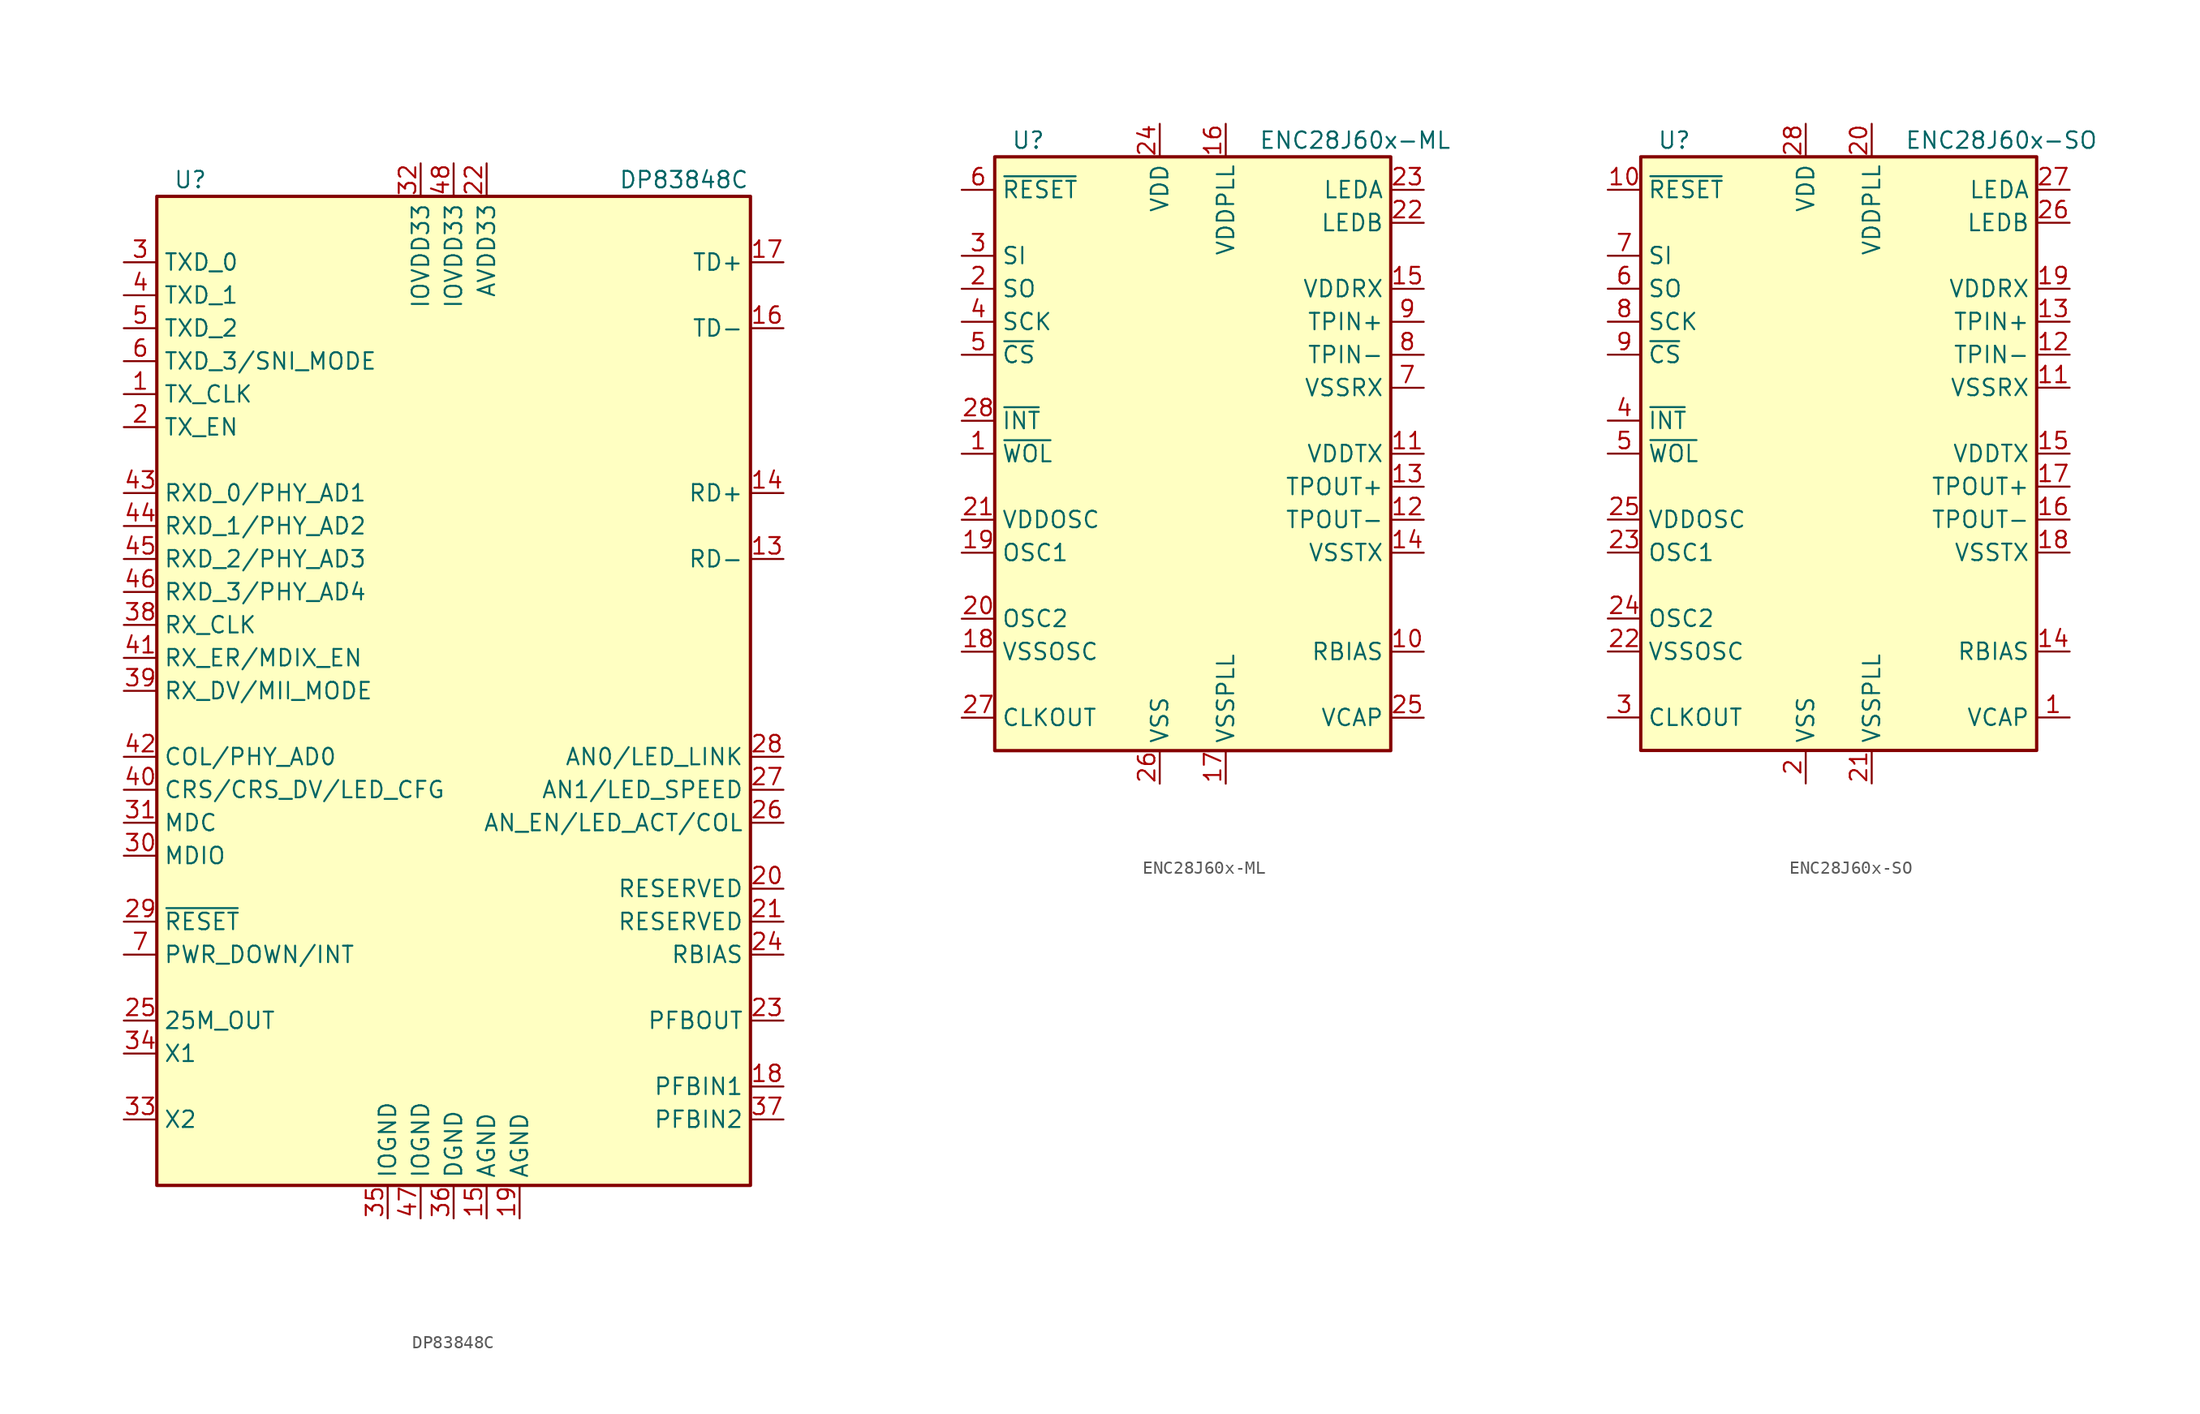
<source format=kicad_sym>
(kicad_symbol_lib
  (version 20201005)
  (generator kicad_symbol_editor)
  (symbol "DP83848C"
    (property "Reference" "U"
      (at -21.59 39.37 0)
      (effects (font (size 1.27 1.27)) (justify left)))
    (property "Value" "DP83848C"
      (at 12.7 39.37 0)
      (effects (font (size 1.27 1.27)) (justify left)))
    (symbol "DP83848C_0_1"
      (rectangle (start -22.86 38.1) (end 22.86 -38.1) (stroke (width 0.254)) (fill (type background))))
    (symbol "DP83848C_1_1"
      (pin output line (at -25.4 22.86 0) (length 2.54) (name "TX_CLK" (effects (font (size 1.27 1.27)))) (number "1" (effects (font (size 1.27 1.27)))))
      (pin passive line (at 25.4 10.16 180) (length 2.54) (name "RD-" (effects (font (size 1.27 1.27)))) (number "13" (effects (font (size 1.27 1.27)))))
      (pin passive line (at 25.4 15.24 180) (length 2.54) (name "RD+" (effects (font (size 1.27 1.27)))) (number "14" (effects (font (size 1.27 1.27)))))
      (pin power_in line (at 2.54 -40.64 90) (length 2.54) (name "AGND" (effects (font (size 1.27 1.27)))) (number "15" (effects (font (size 1.27 1.27)))))
      (pin passive line (at 25.4 27.94 180) (length 2.54) (name "TD-" (effects (font (size 1.27 1.27)))) (number "16" (effects (font (size 1.27 1.27)))))
      (pin passive line (at 25.4 33.02 180) (length 2.54) (name "TD+" (effects (font (size 1.27 1.27)))) (number "17" (effects (font (size 1.27 1.27)))))
      (pin passive line (at 25.4 -30.48 180) (length 2.54) (name "PFBIN1" (effects (font (size 1.27 1.27)))) (number "18" (effects (font (size 1.27 1.27)))))
      (pin power_in line (at 5.08 -40.64 90) (length 2.54) (name "AGND" (effects (font (size 1.27 1.27)))) (number "19" (effects (font (size 1.27 1.27)))))
      (pin input line (at -25.4 20.32 0) (length 2.54) (name "TX_EN" (effects (font (size 1.27 1.27)))) (number "2" (effects (font (size 1.27 1.27)))))
      (pin passive line (at 25.4 -15.24 180) (length 2.54) (name "RESERVED" (effects (font (size 1.27 1.27)))) (number "20" (effects (font (size 1.27 1.27)))))
      (pin passive line (at 25.4 -17.78 180) (length 2.54) (name "RESERVED" (effects (font (size 1.27 1.27)))) (number "21" (effects (font (size 1.27 1.27)))))
      (pin power_in line (at 2.54 40.64 270) (length 2.54) (name "AVDD33" (effects (font (size 1.27 1.27)))) (number "22" (effects (font (size 1.27 1.27)))))
      (pin passive line (at 25.4 -25.4 180) (length 2.54) (name "PFBOUT" (effects (font (size 1.27 1.27)))) (number "23" (effects (font (size 1.27 1.27)))))
      (pin passive line (at 25.4 -20.32 180) (length 2.54) (name "RBIAS" (effects (font (size 1.27 1.27)))) (number "24" (effects (font (size 1.27 1.27)))))
      (pin output line (at -25.4 -25.4 0) (length 2.54) (name "25M_OUT" (effects (font (size 1.27 1.27)))) (number "25" (effects (font (size 1.27 1.27)))))
      (pin output line (at 25.4 -10.16 180) (length 2.54) (name "AN_EN/LED_ACT/COL" (effects (font (size 1.27 1.27)))) (number "26" (effects (font (size 1.27 1.27)))))
      (pin output line (at 25.4 -7.62 180) (length 2.54) (name "AN1/LED_SPEED" (effects (font (size 1.27 1.27)))) (number "27" (effects (font (size 1.27 1.27)))))
      (pin output line (at 25.4 -5.08 180) (length 2.54) (name "AN0/LED_LINK" (effects (font (size 1.27 1.27)))) (number "28" (effects (font (size 1.27 1.27)))))
      (pin input line (at -25.4 -17.78 0) (length 2.54) (name "~RESET~" (effects (font (size 1.27 1.27)))) (number "29" (effects (font (size 1.27 1.27)))))
      (pin input line (at -25.4 33.02 0) (length 2.54) (name "TXD_0" (effects (font (size 1.27 1.27)))) (number "3" (effects (font (size 1.27 1.27)))))
      (pin bidirectional line (at -25.4 -12.7 0) (length 2.54) (name "MDIO" (effects (font (size 1.27 1.27)))) (number "30" (effects (font (size 1.27 1.27)))))
      (pin input line (at -25.4 -10.16 0) (length 2.54) (name "MDC" (effects (font (size 1.27 1.27)))) (number "31" (effects (font (size 1.27 1.27)))))
      (pin power_in line (at -2.54 40.64 270) (length 2.54) (name "IOVDD33" (effects (font (size 1.27 1.27)))) (number "32" (effects (font (size 1.27 1.27)))))
      (pin output line (at -25.4 -33.02 0) (length 2.54) (name "X2" (effects (font (size 1.27 1.27)))) (number "33" (effects (font (size 1.27 1.27)))))
      (pin input line (at -25.4 -27.94 0) (length 2.54) (name "X1" (effects (font (size 1.27 1.27)))) (number "34" (effects (font (size 1.27 1.27)))))
      (pin power_in line (at -5.08 -40.64 90) (length 2.54) (name "IOGND" (effects (font (size 1.27 1.27)))) (number "35" (effects (font (size 1.27 1.27)))))
      (pin power_in line (at 0 -40.64 90) (length 2.54) (name "DGND" (effects (font (size 1.27 1.27)))) (number "36" (effects (font (size 1.27 1.27)))))
      (pin passive line (at 25.4 -33.02 180) (length 2.54) (name "PFBIN2" (effects (font (size 1.27 1.27)))) (number "37" (effects (font (size 1.27 1.27)))))
      (pin output line (at -25.4 5.08 0) (length 2.54) (name "RX_CLK" (effects (font (size 1.27 1.27)))) (number "38" (effects (font (size 1.27 1.27)))))
      (pin output line (at -25.4 0 0) (length 2.54) (name "RX_DV/MII_MODE" (effects (font (size 1.27 1.27)))) (number "39" (effects (font (size 1.27 1.27)))))
      (pin input line (at -25.4 30.48 0) (length 2.54) (name "TXD_1" (effects (font (size 1.27 1.27)))) (number "4" (effects (font (size 1.27 1.27)))))
      (pin output line (at -25.4 -7.62 0) (length 2.54) (name "CRS/CRS_DV/LED_CFG" (effects (font (size 1.27 1.27)))) (number "40" (effects (font (size 1.27 1.27)))))
      (pin output line (at -25.4 2.54 0) (length 2.54) (name "RX_ER/MDIX_EN" (effects (font (size 1.27 1.27)))) (number "41" (effects (font (size 1.27 1.27)))))
      (pin output line (at -25.4 -5.08 0) (length 2.54) (name "COL/PHY_AD0" (effects (font (size 1.27 1.27)))) (number "42" (effects (font (size 1.27 1.27)))))
      (pin output line (at -25.4 15.24 0) (length 2.54) (name "RXD_0/PHY_AD1" (effects (font (size 1.27 1.27)))) (number "43" (effects (font (size 1.27 1.27)))))
      (pin output line (at -25.4 12.7 0) (length 2.54) (name "RXD_1/PHY_AD2" (effects (font (size 1.27 1.27)))) (number "44" (effects (font (size 1.27 1.27)))))
      (pin output line (at -25.4 10.16 0) (length 2.54) (name "RXD_2/PHY_AD3" (effects (font (size 1.27 1.27)))) (number "45" (effects (font (size 1.27 1.27)))))
      (pin output line (at -25.4 7.62 0) (length 2.54) (name "RXD_3/PHY_AD4" (effects (font (size 1.27 1.27)))) (number "46" (effects (font (size 1.27 1.27)))))
      (pin power_in line (at -2.54 -40.64 90) (length 2.54) (name "IOGND" (effects (font (size 1.27 1.27)))) (number "47" (effects (font (size 1.27 1.27)))))
      (pin power_in line (at 0 40.64 270) (length 2.54) (name "IOVDD33" (effects (font (size 1.27 1.27)))) (number "48" (effects (font (size 1.27 1.27)))))
      (pin input line (at -25.4 27.94 0) (length 2.54) (name "TXD_2" (effects (font (size 1.27 1.27)))) (number "5" (effects (font (size 1.27 1.27)))))
      (pin input line (at -25.4 25.4 0) (length 2.54) (name "TXD_3/SNI_MODE" (effects (font (size 1.27 1.27)))) (number "6" (effects (font (size 1.27 1.27)))))
      (pin input line (at -25.4 -20.32 0) (length 2.54) (name "PWR_DOWN/INT" (effects (font (size 1.27 1.27)))) (number "7" (effects (font (size 1.27 1.27)))))))
  (symbol "ENC28J60x-ML"
    (property "Reference" "U"
      (at -13.97 24.13 0)
      (effects (font (size 1.27 1.27)) (justify left)))
    (property "Value" "ENC28J60x-ML"
      (at 5.08 24.13 0)
      (effects (font (size 1.27 1.27)) (justify left)))
    (symbol "ENC28J60x-ML_0_1"
      (rectangle (start -15.24 22.86) (end 15.24 -22.86) (stroke (width 0.254)) (fill (type background))))
    (symbol "ENC28J60x-ML_1_1"
      (pin output line (at -17.78 0 0) (length 2.54) (name "~WOL" (effects (font (size 1.27 1.27)))) (number "1" (effects (font (size 1.27 1.27)))))
      (pin input line (at 17.78 -15.24 180) (length 2.54) (name "RBIAS" (effects (font (size 1.27 1.27)))) (number "10" (effects (font (size 1.27 1.27)))))
      (pin power_in line (at 17.78 0 180) (length 2.54) (name "VDDTX" (effects (font (size 1.27 1.27)))) (number "11" (effects (font (size 1.27 1.27)))))
      (pin output line (at 17.78 -5.08 180) (length 2.54) (name "TPOUT-" (effects (font (size 1.27 1.27)))) (number "12" (effects (font (size 1.27 1.27)))))
      (pin output line (at 17.78 -2.54 180) (length 2.54) (name "TPOUT+" (effects (font (size 1.27 1.27)))) (number "13" (effects (font (size 1.27 1.27)))))
      (pin power_out line (at 17.78 -7.62 180) (length 2.54) (name "VSSTX" (effects (font (size 1.27 1.27)))) (number "14" (effects (font (size 1.27 1.27)))))
      (pin power_in line (at 17.78 12.7 180) (length 2.54) (name "VDDRX" (effects (font (size 1.27 1.27)))) (number "15" (effects (font (size 1.27 1.27)))))
      (pin power_in line (at 2.54 25.4 270) (length 2.54) (name "VDDPLL" (effects (font (size 1.27 1.27)))) (number "16" (effects (font (size 1.27 1.27)))))
      (pin power_in line (at 2.54 -25.4 90) (length 2.54) (name "VSSPLL" (effects (font (size 1.27 1.27)))) (number "17" (effects (font (size 1.27 1.27)))))
      (pin power_in line (at -17.78 -15.24 0) (length 2.54) (name "VSSOSC" (effects (font (size 1.27 1.27)))) (number "18" (effects (font (size 1.27 1.27)))))
      (pin input line (at -17.78 -7.62 0) (length 2.54) (name "OSC1" (effects (font (size 1.27 1.27)))) (number "19" (effects (font (size 1.27 1.27)))))
      (pin output line (at -17.78 12.7 0) (length 2.54) (name "SO" (effects (font (size 1.27 1.27)))) (number "2" (effects (font (size 1.27 1.27)))))
      (pin output line (at -17.78 -12.7 0) (length 2.54) (name "OSC2" (effects (font (size 1.27 1.27)))) (number "20" (effects (font (size 1.27 1.27)))))
      (pin power_in line (at -17.78 -5.08 0) (length 2.54) (name "VDDOSC" (effects (font (size 1.27 1.27)))) (number "21" (effects (font (size 1.27 1.27)))))
      (pin output line (at 17.78 17.78 180) (length 2.54) (name "LEDB" (effects (font (size 1.27 1.27)))) (number "22" (effects (font (size 1.27 1.27)))))
      (pin output line (at 17.78 20.32 180) (length 2.54) (name "LEDA" (effects (font (size 1.27 1.27)))) (number "23" (effects (font (size 1.27 1.27)))))
      (pin power_in line (at -2.54 25.4 270) (length 2.54) (name "VDD" (effects (font (size 1.27 1.27)))) (number "24" (effects (font (size 1.27 1.27)))))
      (pin input line (at 17.78 -20.32 180) (length 2.54) (name "VCAP" (effects (font (size 1.27 1.27)))) (number "25" (effects (font (size 1.27 1.27)))))
      (pin power_in line (at -2.54 -25.4 90) (length 2.54) (name "VSS" (effects (font (size 1.27 1.27)))) (number "26" (effects (font (size 1.27 1.27)))))
      (pin output line (at -17.78 -20.32 0) (length 2.54) (name "CLKOUT" (effects (font (size 1.27 1.27)))) (number "27" (effects (font (size 1.27 1.27)))))
      (pin output line (at -17.78 2.54 0) (length 2.54) (name "~INT" (effects (font (size 1.27 1.27)))) (number "28" (effects (font (size 1.27 1.27)))))
      (pin input line (at -17.78 15.24 0) (length 2.54) (name "SI" (effects (font (size 1.27 1.27)))) (number "3" (effects (font (size 1.27 1.27)))))
      (pin input line (at -17.78 10.16 0) (length 2.54) (name "SCK" (effects (font (size 1.27 1.27)))) (number "4" (effects (font (size 1.27 1.27)))))
      (pin input line (at -17.78 7.62 0) (length 2.54) (name "~CS" (effects (font (size 1.27 1.27)))) (number "5" (effects (font (size 1.27 1.27)))))
      (pin input line (at -17.78 20.32 0) (length 2.54) (name "~RESET" (effects (font (size 1.27 1.27)))) (number "6" (effects (font (size 1.27 1.27)))))
      (pin power_out line (at 17.78 5.08 180) (length 2.54) (name "VSSRX" (effects (font (size 1.27 1.27)))) (number "7" (effects (font (size 1.27 1.27)))))
      (pin input line (at 17.78 7.62 180) (length 2.54) (name "TPIN-" (effects (font (size 1.27 1.27)))) (number "8" (effects (font (size 1.27 1.27)))))
      (pin input line (at 17.78 10.16 180) (length 2.54) (name "TPIN+" (effects (font (size 1.27 1.27)))) (number "9" (effects (font (size 1.27 1.27)))))))
  (symbol "ENC28J60x-SO"
    (property "Reference" "U"
      (at -13.97 24.13 0)
      (effects (font (size 1.27 1.27)) (justify left)))
    (property "Value" "ENC28J60x-SO"
      (at 5.08 24.13 0)
      (effects (font (size 1.27 1.27)) (justify left)))
    (symbol "ENC28J60x-SO_0_1"
      (rectangle (start -15.24 22.86) (end 15.24 -22.86) (stroke (width 0.254)) (fill (type background))))
    (symbol "ENC28J60x-SO_1_1"
      (pin input line (at 17.78 -20.32 180) (length 2.54) (name "VCAP" (effects (font (size 1.27 1.27)))) (number "1" (effects (font (size 1.27 1.27)))))
      (pin input line (at -17.78 20.32 0) (length 2.54) (name "~RESET" (effects (font (size 1.27 1.27)))) (number "10" (effects (font (size 1.27 1.27)))))
      (pin power_in line (at 17.78 5.08 180) (length 2.54) (name "VSSRX" (effects (font (size 1.27 1.27)))) (number "11" (effects (font (size 1.27 1.27)))))
      (pin input line (at 17.78 7.62 180) (length 2.54) (name "TPIN-" (effects (font (size 1.27 1.27)))) (number "12" (effects (font (size 1.27 1.27)))))
      (pin input line (at 17.78 10.16 180) (length 2.54) (name "TPIN+" (effects (font (size 1.27 1.27)))) (number "13" (effects (font (size 1.27 1.27)))))
      (pin input line (at 17.78 -15.24 180) (length 2.54) (name "RBIAS" (effects (font (size 1.27 1.27)))) (number "14" (effects (font (size 1.27 1.27)))))
      (pin power_in line (at 17.78 0 180) (length 2.54) (name "VDDTX" (effects (font (size 1.27 1.27)))) (number "15" (effects (font (size 1.27 1.27)))))
      (pin output line (at 17.78 -5.08 180) (length 2.54) (name "TPOUT-" (effects (font (size 1.27 1.27)))) (number "16" (effects (font (size 1.27 1.27)))))
      (pin output line (at 17.78 -2.54 180) (length 2.54) (name "TPOUT+" (effects (font (size 1.27 1.27)))) (number "17" (effects (font (size 1.27 1.27)))))
      (pin power_in line (at 17.78 -7.62 180) (length 2.54) (name "VSSTX" (effects (font (size 1.27 1.27)))) (number "18" (effects (font (size 1.27 1.27)))))
      (pin power_in line (at 17.78 12.7 180) (length 2.54) (name "VDDRX" (effects (font (size 1.27 1.27)))) (number "19" (effects (font (size 1.27 1.27)))))
      (pin power_in line (at -2.54 -25.4 90) (length 2.54) (name "VSS" (effects (font (size 1.27 1.27)))) (number "2" (effects (font (size 1.27 1.27)))))
      (pin power_in line (at 2.54 25.4 270) (length 2.54) (name "VDDPLL" (effects (font (size 1.27 1.27)))) (number "20" (effects (font (size 1.27 1.27)))))
      (pin power_in line (at 2.54 -25.4 90) (length 2.54) (name "VSSPLL" (effects (font (size 1.27 1.27)))) (number "21" (effects (font (size 1.27 1.27)))))
      (pin power_in line (at -17.78 -15.24 0) (length 2.54) (name "VSSOSC" (effects (font (size 1.27 1.27)))) (number "22" (effects (font (size 1.27 1.27)))))
      (pin input line (at -17.78 -7.62 0) (length 2.54) (name "OSC1" (effects (font (size 1.27 1.27)))) (number "23" (effects (font (size 1.27 1.27)))))
      (pin input line (at -17.78 -12.7 0) (length 2.54) (name "OSC2" (effects (font (size 1.27 1.27)))) (number "24" (effects (font (size 1.27 1.27)))))
      (pin power_in line (at -17.78 -5.08 0) (length 2.54) (name "VDDOSC" (effects (font (size 1.27 1.27)))) (number "25" (effects (font (size 1.27 1.27)))))
      (pin output line (at 17.78 17.78 180) (length 2.54) (name "LEDB" (effects (font (size 1.27 1.27)))) (number "26" (effects (font (size 1.27 1.27)))))
      (pin output line (at 17.78 20.32 180) (length 2.54) (name "LEDA" (effects (font (size 1.27 1.27)))) (number "27" (effects (font (size 1.27 1.27)))))
      (pin power_in line (at -2.54 25.4 270) (length 2.54) (name "VDD" (effects (font (size 1.27 1.27)))) (number "28" (effects (font (size 1.27 1.27)))))
      (pin output line (at -17.78 -20.32 0) (length 2.54) (name "CLKOUT" (effects (font (size 1.27 1.27)))) (number "3" (effects (font (size 1.27 1.27)))))
      (pin output line (at -17.78 2.54 0) (length 2.54) (name "~INT" (effects (font (size 1.27 1.27)))) (number "4" (effects (font (size 1.27 1.27)))))
      (pin output line (at -17.78 0 0) (length 2.54) (name "~WOL" (effects (font (size 1.27 1.27)))) (number "5" (effects (font (size 1.27 1.27)))))
      (pin output line (at -17.78 12.7 0) (length 2.54) (name "SO" (effects (font (size 1.27 1.27)))) (number "6" (effects (font (size 1.27 1.27)))))
      (pin input line (at -17.78 15.24 0) (length 2.54) (name "SI" (effects (font (size 1.27 1.27)))) (number "7" (effects (font (size 1.27 1.27)))))
      (pin input line (at -17.78 10.16 0) (length 2.54) (name "SCK" (effects (font (size 1.27 1.27)))) (number "8" (effects (font (size 1.27 1.27)))))
      (pin input line (at -17.78 7.62 0) (length 2.54) (name "~CS" (effects (font (size 1.27 1.27)))) (number "9" (effects (font (size 1.27 1.27))))))))
</source>
